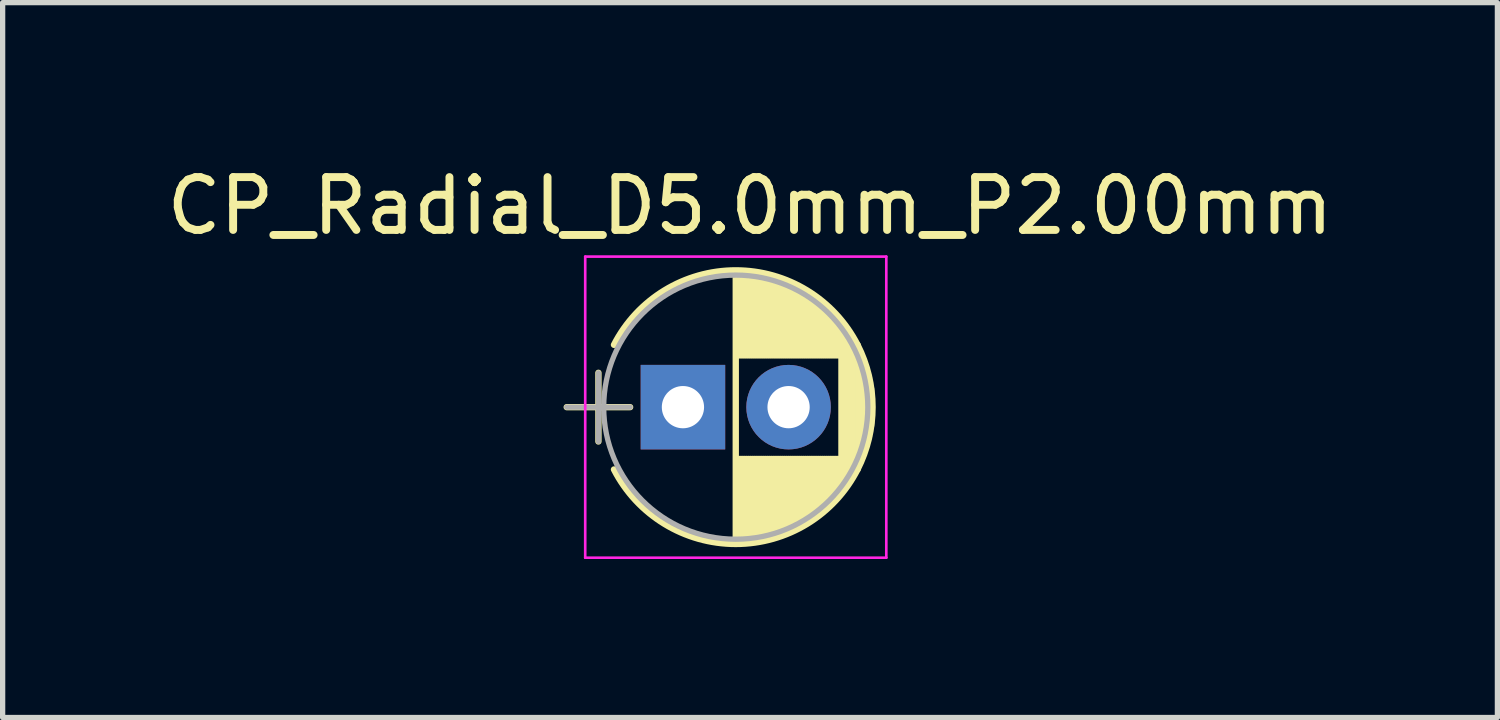
<source format=kicad_pcb>
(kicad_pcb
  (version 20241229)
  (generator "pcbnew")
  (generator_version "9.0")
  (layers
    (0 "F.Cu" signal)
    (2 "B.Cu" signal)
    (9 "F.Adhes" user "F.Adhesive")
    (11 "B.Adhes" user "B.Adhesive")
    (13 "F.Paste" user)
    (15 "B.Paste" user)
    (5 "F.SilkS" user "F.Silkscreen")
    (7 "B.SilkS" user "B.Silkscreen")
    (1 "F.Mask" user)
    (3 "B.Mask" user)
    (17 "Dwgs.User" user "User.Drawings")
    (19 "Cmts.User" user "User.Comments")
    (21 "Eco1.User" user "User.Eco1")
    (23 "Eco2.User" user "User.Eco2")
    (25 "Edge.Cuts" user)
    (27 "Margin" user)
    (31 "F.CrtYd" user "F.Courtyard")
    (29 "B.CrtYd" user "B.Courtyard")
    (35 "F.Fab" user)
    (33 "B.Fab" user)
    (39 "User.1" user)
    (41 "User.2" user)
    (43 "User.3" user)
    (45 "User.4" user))
  (footprint "CP_Radial_D5.0mm_P2.00mm"
    (layer "F.Cu")
    (at 9.879 4.658)
    (property "Reference" "CP_Radial_D5.0mm_P2.00mm" (at 1.27 -3.81 180) (layer "F.SilkS") (effects (font (size 1 1) (thickness 0.15))))
    (attr through_hole)
    (fp_line (start -2.2 0) (end -1 0) (stroke (width 0.12) (type solid)) (layer "F.SilkS"))
    (fp_line (start -1.6 -0.65) (end -1.6 0.65) (stroke (width 0.12) (type solid)) (layer "F.SilkS"))
    (fp_line (start 1 -2.55) (end 1 2.55) (stroke (width 0.12) (type solid)) (layer "F.SilkS"))
    (fp_line (start 1.04 -2.55) (end 1.04 -0.98) (stroke (width 0.12) (type solid)) (layer "F.SilkS"))
    (fp_line (start 1.04 0.98) (end 1.04 2.55) (stroke (width 0.12) (type solid)) (layer "F.SilkS"))
    (fp_line (start 1.08 -2.549) (end 1.08 -0.98) (stroke (width 0.12) (type solid)) (layer "F.SilkS"))
    (fp_line (start 1.08 0.98) (end 1.08 2.549) (stroke (width 0.12) (type solid)) (layer "F.SilkS"))
    (fp_line (start 1.12 -2.548) (end 1.12 -0.98) (stroke (width 0.12) (type solid)) (layer "F.SilkS"))
    (fp_line (start 1.12 0.98) (end 1.12 2.548) (stroke (width 0.12) (type solid)) (layer "F.SilkS"))
    (fp_line (start 1.16 -2.546) (end 1.16 -0.98) (stroke (width 0.12) (type solid)) (layer "F.SilkS"))
    (fp_line (start 1.16 0.98) (end 1.16 2.546) (stroke (width 0.12) (type solid)) (layer "F.SilkS"))
    (fp_line (start 1.2 -2.543) (end 1.2 -0.98) (stroke (width 0.12) (type solid)) (layer "F.SilkS"))
    (fp_line (start 1.2 0.98) (end 1.2 2.543) (stroke (width 0.12) (type solid)) (layer "F.SilkS"))
    (fp_line (start 1.24 -2.539) (end 1.24 -0.98) (stroke (width 0.12) (type solid)) (layer "F.SilkS"))
    (fp_line (start 1.24 0.98) (end 1.24 2.539) (stroke (width 0.12) (type solid)) (layer "F.SilkS"))
    (fp_line (start 1.28 -2.535) (end 1.28 -0.98) (stroke (width 0.12) (type solid)) (layer "F.SilkS"))
    (fp_line (start 1.28 0.98) (end 1.28 2.535) (stroke (width 0.12) (type solid)) (layer "F.SilkS"))
    (fp_line (start 1.32 -2.531) (end 1.32 -0.98) (stroke (width 0.12) (type solid)) (layer "F.SilkS"))
    (fp_line (start 1.32 0.98) (end 1.32 2.531) (stroke (width 0.12) (type solid)) (layer "F.SilkS"))
    (fp_line (start 1.36 -2.525) (end 1.36 -0.98) (stroke (width 0.12) (type solid)) (layer "F.SilkS"))
    (fp_line (start 1.36 0.98) (end 1.36 2.525) (stroke (width 0.12) (type solid)) (layer "F.SilkS"))
    (fp_line (start 1.4 -2.519) (end 1.4 -0.98) (stroke (width 0.12) (type solid)) (layer "F.SilkS"))
    (fp_line (start 1.4 0.98) (end 1.4 2.519) (stroke (width 0.12) (type solid)) (layer "F.SilkS"))
    (fp_line (start 1.44 -2.513) (end 1.44 -0.98) (stroke (width 0.12) (type solid)) (layer "F.SilkS"))
    (fp_line (start 1.44 0.98) (end 1.44 2.513) (stroke (width 0.12) (type solid)) (layer "F.SilkS"))
    (fp_line (start 1.48 -2.506) (end 1.48 -0.98) (stroke (width 0.12) (type solid)) (layer "F.SilkS"))
    (fp_line (start 1.48 0.98) (end 1.48 2.506) (stroke (width 0.12) (type solid)) (layer "F.SilkS"))
    (fp_line (start 1.52 -2.498) (end 1.52 -0.98) (stroke (width 0.12) (type solid)) (layer "F.SilkS"))
    (fp_line (start 1.52 0.98) (end 1.52 2.498) (stroke (width 0.12) (type solid)) (layer "F.SilkS"))
    (fp_line (start 1.56 -2.489) (end 1.56 -0.98) (stroke (width 0.12) (type solid)) (layer "F.SilkS"))
    (fp_line (start 1.56 0.98) (end 1.56 2.489) (stroke (width 0.12) (type solid)) (layer "F.SilkS"))
    (fp_line (start 1.6 -2.48) (end 1.6 -0.98) (stroke (width 0.12) (type solid)) (layer "F.SilkS"))
    (fp_line (start 1.6 0.98) (end 1.6 2.48) (stroke (width 0.12) (type solid)) (layer "F.SilkS"))
    (fp_line (start 1.64 -2.47) (end 1.64 -0.98) (stroke (width 0.12) (type solid)) (layer "F.SilkS"))
    (fp_line (start 1.64 0.98) (end 1.64 2.47) (stroke (width 0.12) (type solid)) (layer "F.SilkS"))
    (fp_line (start 1.68 -2.46) (end 1.68 -0.98) (stroke (width 0.12) (type solid)) (layer "F.SilkS"))
    (fp_line (start 1.68 0.98) (end 1.68 2.46) (stroke (width 0.12) (type solid)) (layer "F.SilkS"))
    (fp_line (start 1.721 -2.448) (end 1.721 -0.98) (stroke (width 0.12) (type solid)) (layer "F.SilkS"))
    (fp_line (start 1.721 0.98) (end 1.721 2.448) (stroke (width 0.12) (type solid)) (layer "F.SilkS"))
    (fp_line (start 1.761 -2.436) (end 1.761 -0.98) (stroke (width 0.12) (type solid)) (layer "F.SilkS"))
    (fp_line (start 1.761 0.98) (end 1.761 2.436) (stroke (width 0.12) (type solid)) (layer "F.SilkS"))
    (fp_line (start 1.801 -2.424) (end 1.801 -0.98) (stroke (width 0.12) (type solid)) (layer "F.SilkS"))
    (fp_line (start 1.801 0.98) (end 1.801 2.424) (stroke (width 0.12) (type solid)) (layer "F.SilkS"))
    (fp_line (start 1.841 -2.41) (end 1.841 -0.98) (stroke (width 0.12) (type solid)) (layer "F.SilkS"))
    (fp_line (start 1.841 0.98) (end 1.841 2.41) (stroke (width 0.12) (type solid)) (layer "F.SilkS"))
    (fp_line (start 1.881 -2.396) (end 1.881 -0.98) (stroke (width 0.12) (type solid)) (layer "F.SilkS"))
    (fp_line (start 1.881 0.98) (end 1.881 2.396) (stroke (width 0.12) (type solid)) (layer "F.SilkS"))
    (fp_line (start 1.921 -2.382) (end 1.921 -0.98) (stroke (width 0.12) (type solid)) (layer "F.SilkS"))
    (fp_line (start 1.921 0.98) (end 1.921 2.382) (stroke (width 0.12) (type solid)) (layer "F.SilkS"))
    (fp_line (start 1.961 -2.366) (end 1.961 -0.98) (stroke (width 0.12) (type solid)) (layer "F.SilkS"))
    (fp_line (start 1.961 0.98) (end 1.961 2.366) (stroke (width 0.12) (type solid)) (layer "F.SilkS"))
    (fp_line (start 2.001 -2.35) (end 2.001 -0.98) (stroke (width 0.12) (type solid)) (layer "F.SilkS"))
    (fp_line (start 2.001 0.98) (end 2.001 2.35) (stroke (width 0.12) (type solid)) (layer "F.SilkS"))
    (fp_line (start 2.041 -2.333) (end 2.041 -0.98) (stroke (width 0.12) (type solid)) (layer "F.SilkS"))
    (fp_line (start 2.041 0.98) (end 2.041 2.333) (stroke (width 0.12) (type solid)) (layer "F.SilkS"))
    (fp_line (start 2.081 -2.315) (end 2.081 -0.98) (stroke (width 0.12) (type solid)) (layer "F.SilkS"))
    (fp_line (start 2.081 0.98) (end 2.081 2.315) (stroke (width 0.12) (type solid)) (layer "F.SilkS"))
    (fp_line (start 2.121 -2.296) (end 2.121 -0.98) (stroke (width 0.12) (type solid)) (layer "F.SilkS"))
    (fp_line (start 2.121 0.98) (end 2.121 2.296) (stroke (width 0.12) (type solid)) (layer "F.SilkS"))
    (fp_line (start 2.161 -2.276) (end 2.161 -0.98) (stroke (width 0.12) (type solid)) (layer "F.SilkS"))
    (fp_line (start 2.161 0.98) (end 2.161 2.276) (stroke (width 0.12) (type solid)) (layer "F.SilkS"))
    (fp_line (start 2.201 -2.256) (end 2.201 -0.98) (stroke (width 0.12) (type solid)) (layer "F.SilkS"))
    (fp_line (start 2.201 0.98) (end 2.201 2.256) (stroke (width 0.12) (type solid)) (layer "F.SilkS"))
    (fp_line (start 2.241 -2.234) (end 2.241 -0.98) (stroke (width 0.12) (type solid)) (layer "F.SilkS"))
    (fp_line (start 2.241 0.98) (end 2.241 2.234) (stroke (width 0.12) (type solid)) (layer "F.SilkS"))
    (fp_line (start 2.281 -2.212) (end 2.281 -0.98) (stroke (width 0.12) (type solid)) (layer "F.SilkS"))
    (fp_line (start 2.281 0.98) (end 2.281 2.212) (stroke (width 0.12) (type solid)) (layer "F.SilkS"))
    (fp_line (start 2.321 -2.189) (end 2.321 -0.98) (stroke (width 0.12) (type solid)) (layer "F.SilkS"))
    (fp_line (start 2.321 0.98) (end 2.321 2.189) (stroke (width 0.12) (type solid)) (layer "F.SilkS"))
    (fp_line (start 2.361 -2.165) (end 2.361 -0.98) (stroke (width 0.12) (type solid)) (layer "F.SilkS"))
    (fp_line (start 2.361 0.98) (end 2.361 2.165) (stroke (width 0.12) (type solid)) (layer "F.SilkS"))
    (fp_line (start 2.401 -2.14) (end 2.401 -0.98) (stroke (width 0.12) (type solid)) (layer "F.SilkS"))
    (fp_line (start 2.401 0.98) (end 2.401 2.14) (stroke (width 0.12) (type solid)) (layer "F.SilkS"))
    (fp_line (start 2.441 -2.113) (end 2.441 -0.98) (stroke (width 0.12) (type solid)) (layer "F.SilkS"))
    (fp_line (start 2.441 0.98) (end 2.441 2.113) (stroke (width 0.12) (type solid)) (layer "F.SilkS"))
    (fp_line (start 2.481 -2.086) (end 2.481 -0.98) (stroke (width 0.12) (type solid)) (layer "F.SilkS"))
    (fp_line (start 2.481 0.98) (end 2.481 2.086) (stroke (width 0.12) (type solid)) (layer "F.SilkS"))
    (fp_line (start 2.521 -2.058) (end 2.521 -0.98) (stroke (width 0.12) (type solid)) (layer "F.SilkS"))
    (fp_line (start 2.521 0.98) (end 2.521 2.058) (stroke (width 0.12) (type solid)) (layer "F.SilkS"))
    (fp_line (start 2.561 -2.028) (end 2.561 -0.98) (stroke (width 0.12) (type solid)) (layer "F.SilkS"))
    (fp_line (start 2.561 0.98) (end 2.561 2.028) (stroke (width 0.12) (type solid)) (layer "F.SilkS"))
    (fp_line (start 2.601 -1.997) (end 2.601 -0.98) (stroke (width 0.12) (type solid)) (layer "F.SilkS"))
    (fp_line (start 2.601 0.98) (end 2.601 1.997) (stroke (width 0.12) (type solid)) (layer "F.SilkS"))
    (fp_line (start 2.641 -1.965) (end 2.641 -0.98) (stroke (width 0.12) (type solid)) (layer "F.SilkS"))
    (fp_line (start 2.641 0.98) (end 2.641 1.965) (stroke (width 0.12) (type solid)) (layer "F.SilkS"))
    (fp_line (start 2.681 -1.932) (end 2.681 -0.98) (stroke (width 0.12) (type solid)) (layer "F.SilkS"))
    (fp_line (start 2.681 0.98) (end 2.681 1.932) (stroke (width 0.12) (type solid)) (layer "F.SilkS"))
    (fp_line (start 2.721 -1.897) (end 2.721 -0.98) (stroke (width 0.12) (type solid)) (layer "F.SilkS"))
    (fp_line (start 2.721 0.98) (end 2.721 1.897) (stroke (width 0.12) (type solid)) (layer "F.SilkS"))
    (fp_line (start 2.761 -1.861) (end 2.761 -0.98) (stroke (width 0.12) (type solid)) (layer "F.SilkS"))
    (fp_line (start 2.761 0.98) (end 2.761 1.861) (stroke (width 0.12) (type solid)) (layer "F.SilkS"))
    (fp_line (start 2.801 -1.823) (end 2.801 -0.98) (stroke (width 0.12) (type solid)) (layer "F.SilkS"))
    (fp_line (start 2.801 0.98) (end 2.801 1.823) (stroke (width 0.12) (type solid)) (layer "F.SilkS"))
    (fp_line (start 2.841 -1.783) (end 2.841 -0.98) (stroke (width 0.12) (type solid)) (layer "F.SilkS"))
    (fp_line (start 2.841 0.98) (end 2.841 1.783) (stroke (width 0.12) (type solid)) (layer "F.SilkS"))
    (fp_line (start 2.881 -1.742) (end 2.881 -0.98) (stroke (width 0.12) (type solid)) (layer "F.SilkS"))
    (fp_line (start 2.881 0.98) (end 2.881 1.742) (stroke (width 0.12) (type solid)) (layer "F.SilkS"))
    (fp_line (start 2.921 -1.699) (end 2.921 -0.98) (stroke (width 0.12) (type solid)) (layer "F.SilkS"))
    (fp_line (start 2.921 0.98) (end 2.921 1.699) (stroke (width 0.12) (type solid)) (layer "F.SilkS"))
    (fp_line (start 2.961 -1.654) (end 2.961 -0.98) (stroke (width 0.12) (type solid)) (layer "F.SilkS"))
    (fp_line (start 2.961 0.98) (end 2.961 1.654) (stroke (width 0.12) (type solid)) (layer "F.SilkS"))
    (fp_line (start 3.001 -1.606) (end 3.001 1.606) (stroke (width 0.12) (type solid)) (layer "F.SilkS"))
    (fp_line (start 3.041 -1.556) (end 3.041 1.556) (stroke (width 0.12) (type solid)) (layer "F.SilkS"))
    (fp_line (start 3.081 -1.504) (end 3.081 1.504) (stroke (width 0.12) (type solid)) (layer "F.SilkS"))
    (fp_line (start 3.121 -1.448) (end 3.121 1.448) (stroke (width 0.12) (type solid)) (layer "F.SilkS"))
    (fp_line (start 3.161 -1.39) (end 3.161 1.39) (stroke (width 0.12) (type solid)) (layer "F.SilkS"))
    (fp_line (start 3.201 -1.327) (end 3.201 1.327) (stroke (width 0.12) (type solid)) (layer "F.SilkS"))
    (fp_line (start 3.241 -1.261) (end 3.241 1.261) (stroke (width 0.12) (type solid)) (layer "F.SilkS"))
    (fp_line (start 3.281 -1.189) (end 3.281 1.189) (stroke (width 0.12) (type solid)) (layer "F.SilkS"))
    (fp_line (start 3.321 -1.112) (end 3.321 1.112) (stroke (width 0.12) (type solid)) (layer "F.SilkS"))
    (fp_line (start 3.361 -1.028) (end 3.361 1.028) (stroke (width 0.12) (type solid)) (layer "F.SilkS"))
    (fp_line (start 3.401 -0.934) (end 3.401 0.934) (stroke (width 0.12) (type solid)) (layer "F.SilkS"))
    (fp_line (start 3.441 -0.829) (end 3.441 0.829) (stroke (width 0.12) (type solid)) (layer "F.SilkS"))
    (fp_line (start 3.481 -0.707) (end 3.481 0.707) (stroke (width 0.12) (type solid)) (layer "F.SilkS"))
    (fp_line (start 3.521 -0.559) (end 3.521 0.559) (stroke (width 0.12) (type solid)) (layer "F.SilkS"))
    (fp_line (start 3.561 -0.354) (end 3.561 0.354) (stroke (width 0.12) (type solid)) (layer "F.SilkS"))
    (fp_arc (start -1.30558 -1.18) (mid 1.000156 -2.59) (end 3.305722 -1.179722) (stroke (width 0.12) (type solid)) (layer "F.SilkS"))
    (fp_arc (start 3.30558 -1.18) (mid 3.59 -0.000156) (end 3.305722 1.179722) (stroke (width 0.12) (type solid)) (layer "F.SilkS"))
    (fp_arc (start 3.305722 1.179722) (mid 1.000156 2.59) (end -1.30558 1.18) (stroke (width 0.12) (type solid)) (layer "F.SilkS"))
    (fp_line (start -1.85 -2.85) (end -1.85 2.85) (stroke (width 0.05) (type solid)) (layer "F.CrtYd"))
    (fp_line (start -1.85 2.85) (end 3.85 2.85) (stroke (width 0.05) (type solid)) (layer "F.CrtYd"))
    (fp_line (start 3.85 -2.85) (end -1.85 -2.85) (stroke (width 0.05) (type solid)) (layer "F.CrtYd"))
    (fp_line (start 3.85 2.85) (end 3.85 -2.85) (stroke (width 0.05) (type solid)) (layer "F.CrtYd"))
    (fp_line (start -2.2 0) (end -1 0) (stroke (width 0.1) (type solid)) (layer "F.Fab"))
    (fp_line (start -1.6 -0.65) (end -1.6 0.65) (stroke (width 0.1) (type solid)) (layer "F.Fab"))
    (fp_circle (center 1 0) (end 3.5 0) (stroke (width 0.1) (type solid)) (fill no) (layer "F.Fab"))
    (pad "1" thru_hole rect (at 0 0) (size 1.6 1.6) (drill 0.8) (layers "*.Cu" "*.Mask"))
    (pad "2" thru_hole circle (at 2 0) (size 1.6 1.6) (drill 0.8) (layers "*.Cu" "*.Mask")))
  (gr_rect
    (start -3 -3)
    (end 25.298 10.533)
    (stroke (width 0.1) (type default))
    (fill no)
    (layer "Edge.Cuts")))
</source>
